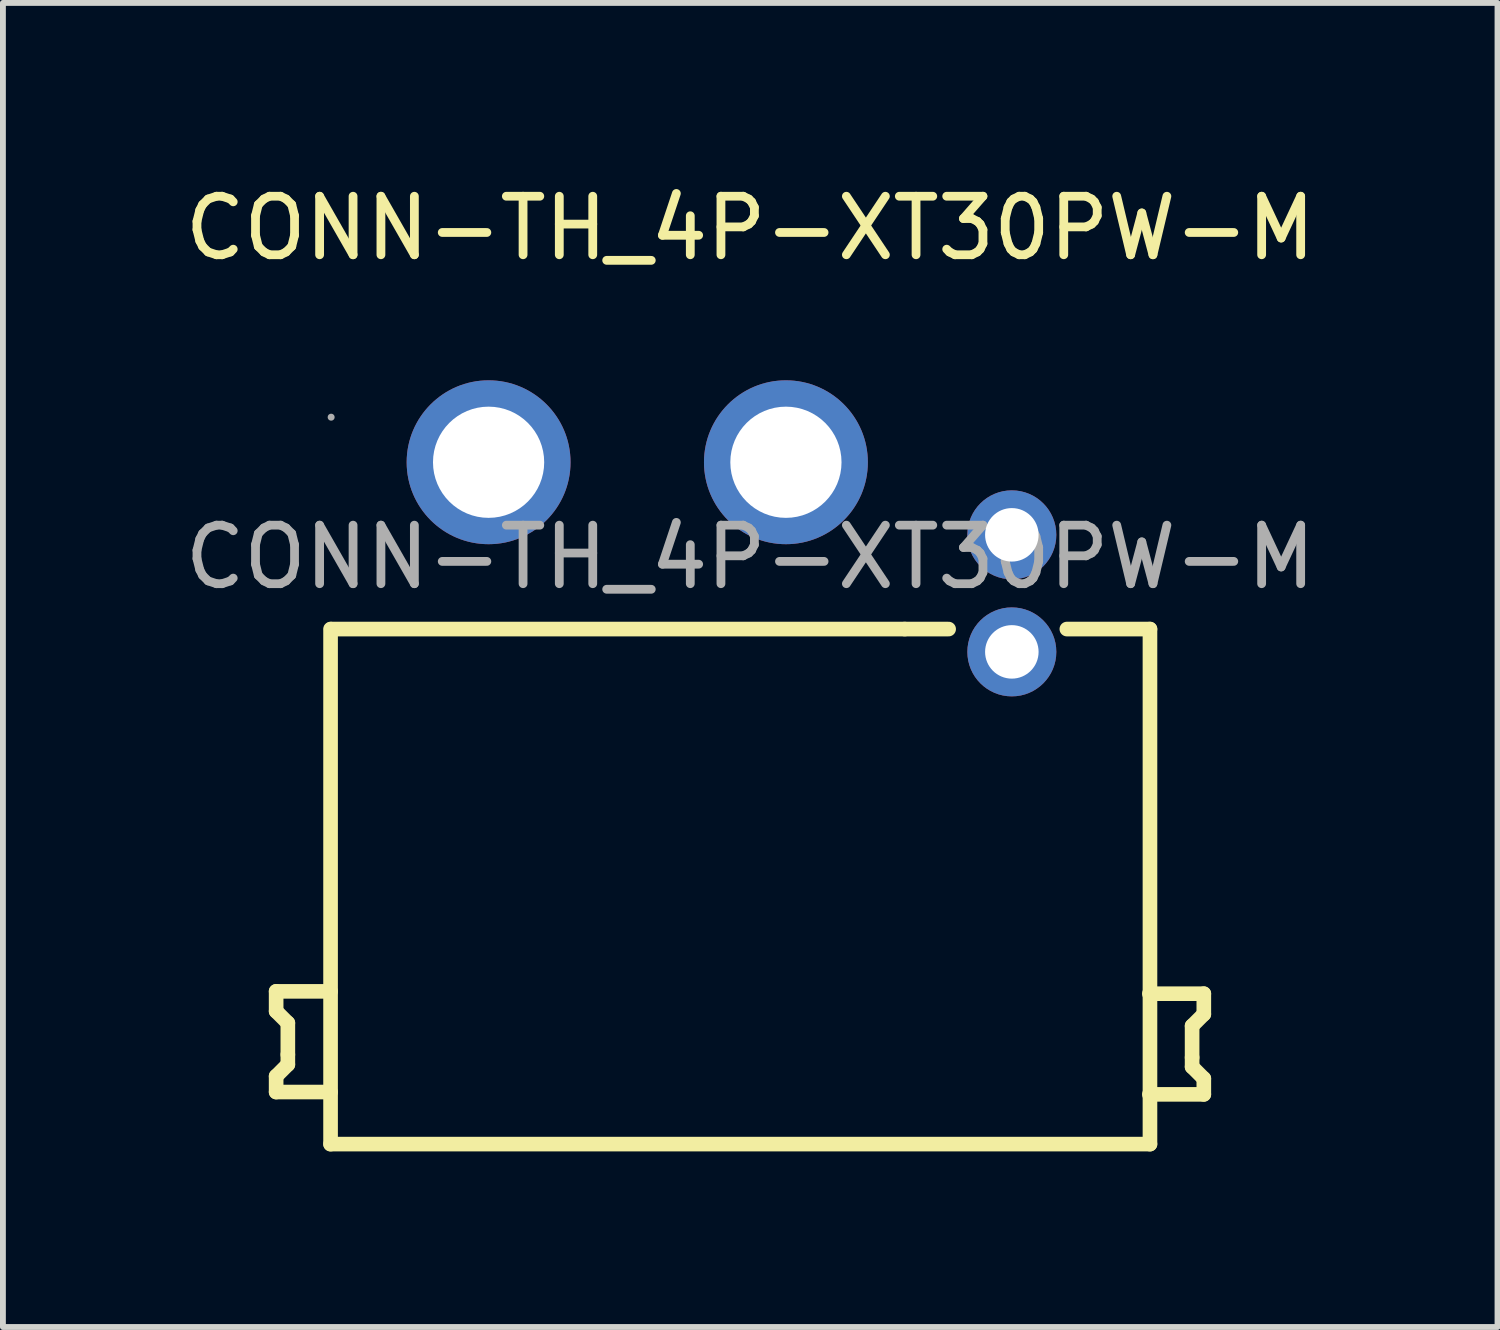
<source format=kicad_pcb>
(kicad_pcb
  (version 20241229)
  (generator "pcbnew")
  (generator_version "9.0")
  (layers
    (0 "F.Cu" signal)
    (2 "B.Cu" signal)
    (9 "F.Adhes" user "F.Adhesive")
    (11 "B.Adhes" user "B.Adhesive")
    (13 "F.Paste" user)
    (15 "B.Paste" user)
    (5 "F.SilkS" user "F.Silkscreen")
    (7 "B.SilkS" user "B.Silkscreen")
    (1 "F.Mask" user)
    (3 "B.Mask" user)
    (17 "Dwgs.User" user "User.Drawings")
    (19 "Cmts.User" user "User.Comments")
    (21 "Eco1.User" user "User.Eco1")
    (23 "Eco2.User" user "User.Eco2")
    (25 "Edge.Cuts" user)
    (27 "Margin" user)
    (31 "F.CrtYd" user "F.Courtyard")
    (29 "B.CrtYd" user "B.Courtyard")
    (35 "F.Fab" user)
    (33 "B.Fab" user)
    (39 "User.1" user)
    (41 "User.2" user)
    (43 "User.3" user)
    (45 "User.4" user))
  (footprint "CONN-TH_4P-XT30PW-M"
    (layer "F.Cu")
    (at 9.768 6.468)
    (property "Reference" "CONN-TH_4P-XT30PW-M" (at 0 -5.62 0) (layer "F.SilkS") (effects (font (size 1 1) (thickness 0.15))))
    (attr through_hole)
    (fp_line (start -8.1 7.42) (end -8.1 7.76) (stroke (width 0.25) (type solid)) (layer "F.SilkS"))
    (fp_line (start -8.1 7.76) (end -7.9 7.96) (stroke (width 0.25) (type solid)) (layer "F.SilkS"))
    (fp_line (start -8.1 8.87) (end -8.1 9.14) (stroke (width 0.25) (type solid)) (layer "F.SilkS"))
    (fp_line (start -8.1 9.14) (end -7.17 9.14) (stroke (width 0.25) (type solid)) (layer "F.SilkS"))
    (fp_line (start -7.9 7.96) (end -7.9 8.5) (stroke (width 0.25) (type solid)) (layer "F.SilkS"))
    (fp_line (start -7.9 8.5) (end -7.9 8.67) (stroke (width 0.25) (type solid)) (layer "F.SilkS"))
    (fp_line (start -7.9 8.67) (end -8.1 8.87) (stroke (width 0.25) (type solid)) (layer "F.SilkS"))
    (fp_line (start -7.17 7.42) (end -8.1 7.42) (stroke (width 0.25) (type solid)) (layer "F.SilkS"))
    (fp_line (start -7.17 10.03) (end -7.17 1.23) (stroke (width 0.25) (type solid)) (layer "F.SilkS"))
    (fp_line (start 2.64 1.23) (end -7.16 1.23) (stroke (width 0.25) (type solid)) (layer "F.SilkS"))
    (fp_line (start 2.64 1.23) (end 3.39 1.23) (stroke (width 0.25) (type solid)) (layer "F.SilkS"))
    (fp_line (start 6.82 7.46) (end 7.75 7.46) (stroke (width 0.25) (type solid)) (layer "F.SilkS"))
    (fp_line (start 6.83 1.23) (end 5.41 1.23) (stroke (width 0.25) (type solid)) (layer "F.SilkS"))
    (fp_line (start 6.83 1.23) (end 6.83 10.03) (stroke (width 0.25) (type solid)) (layer "F.SilkS"))
    (fp_line (start 6.83 10.03) (end -7.17 10.03) (stroke (width 0.25) (type solid)) (layer "F.SilkS"))
    (fp_line (start 7.55 8.01) (end 7.55 8.55) (stroke (width 0.25) (type solid)) (layer "F.SilkS"))
    (fp_line (start 7.55 8.55) (end 7.55 8.71) (stroke (width 0.25) (type solid)) (layer "F.SilkS"))
    (fp_line (start 7.55 8.71) (end 7.75 8.91) (stroke (width 0.25) (type solid)) (layer "F.SilkS"))
    (fp_line (start 7.75 7.46) (end 7.75 7.81) (stroke (width 0.25) (type solid)) (layer "F.SilkS"))
    (fp_line (start 7.75 7.81) (end 7.55 8.01) (stroke (width 0.25) (type solid)) (layer "F.SilkS"))
    (fp_line (start 7.75 8.91) (end 7.75 9.18) (stroke (width 0.25) (type solid)) (layer "F.SilkS"))
    (fp_line (start 7.75 9.18) (end 6.82 9.18) (stroke (width 0.25) (type solid)) (layer "F.SilkS"))
    (fp_circle (center -7.16 -2.39) (end -7.13 -2.39) (stroke (width 0.06) (type solid)) (fill no) (layer "F.Fab"))
    (fp_circle (center -4.47 -1.62) (end -4.08 -1.62) (stroke (width 0.78) (type solid)) (fill no) (layer "F.Fab"))
    (fp_circle (center 0.61 -1.62) (end 1 -1.62) (stroke (width 0.78) (type solid)) (fill no) (layer "F.Fab"))
    (fp_text user "${REFERENCE}" (at 0 0 0) (layer "F.Fab") (effects (font (size 1 1) (thickness 0.15))))
    (pad "1" thru_hole circle (at -4.47 -1.62) (size 2.8 2.8) (drill 1.9) (layers "*.Cu" "*.Mask"))
    (pad "2" thru_hole circle (at 0.61 -1.62) (size 2.8 2.8) (drill 1.9) (layers "*.Cu" "*.Mask"))
    (pad "3" thru_hole circle (at 4.47 -0.38) (size 1.52 1.52) (drill 0.914) (layers "*.Cu" "*.Mask"))
    (pad "4" thru_hole circle (at 4.47 1.62) (size 1.52 1.52) (drill 0.914) (layers "*.Cu" "*.Mask")))
  (gr_rect
    (start -3 -3)
    (end 22.536 19.623)
    (stroke (width 0.1) (type default))
    (fill no)
    (layer "Edge.Cuts")))
</source>
